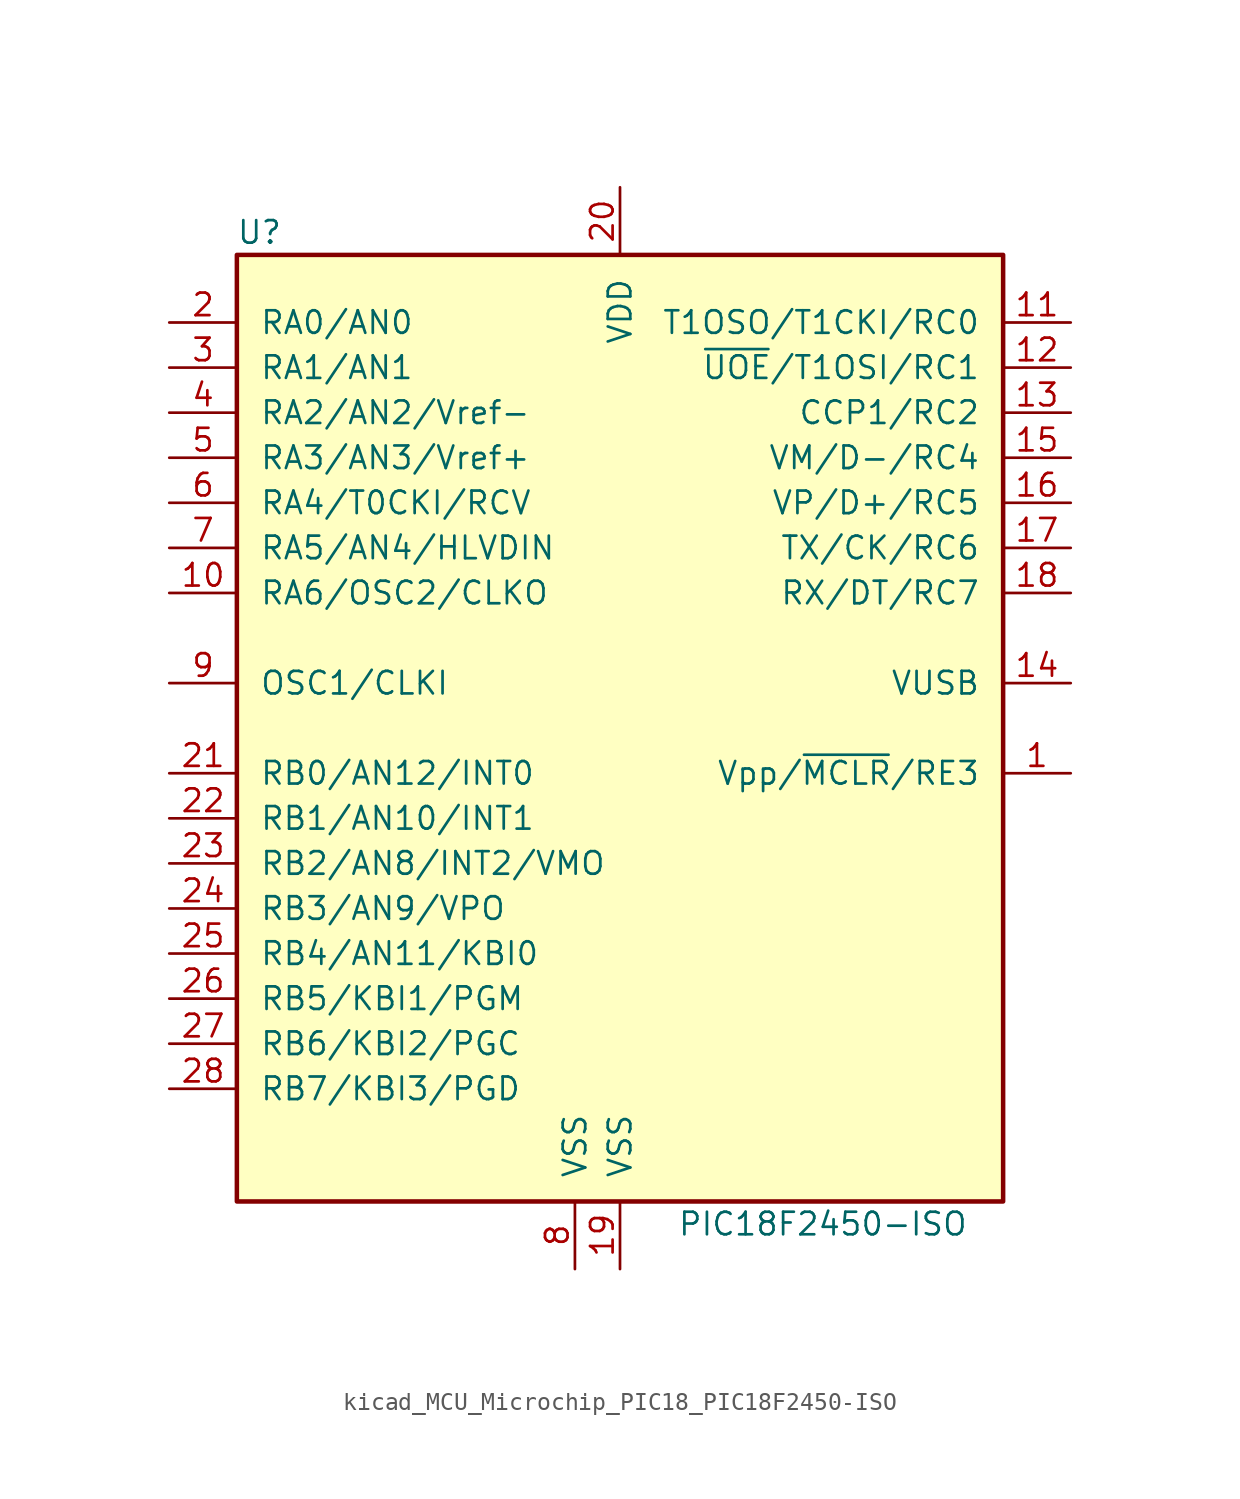
<source format=kicad_sym>
(kicad_symbol_lib
  (version 20220914)
  (generator kicad_symbol_editor)
  (symbol "kicad_MCU_Microchip_PIC18_PIC18F2450-ISO"
    (pin_names
      (offset 1.27))
    (property "Reference" "U"
      (at -20.32 27.94 0)
      (effects (font (size 1.27 1.27))))
    (property "Value" "PIC18F2450-ISO"
      (at 11.43 -27.94 0)
      (effects (font (size 1.27 1.27))))
    (symbol "kicad_MCU_Microchip_PIC18_PIC18F2450-ISO_0_1"
      (rectangle (start -21.59 26.67) (end 21.59 -26.67) (stroke (width 0.254) (type default)) (fill (type background))))
    (symbol "kicad_MCU_Microchip_PIC18_PIC18F2450-ISO_1_1"
      (pin input line (at 25.4 -2.54 180) (length 3.81) (name "Vpp/~{MCLR}/RE3" (effects (font (size 1.27 1.27)))) (number "1" (effects (font (size 1.27 1.27)))))
      (pin output line (at -25.4 7.62 0) (length 3.81) (name "RA6/OSC2/CLKO" (effects (font (size 1.27 1.27)))) (number "10" (effects (font (size 1.27 1.27)))))
      (pin bidirectional line (at 25.4 22.86 180) (length 3.81) (name "T1OSO/T1CKI/RC0" (effects (font (size 1.27 1.27)))) (number "11" (effects (font (size 1.27 1.27)))))
      (pin bidirectional line (at 25.4 20.32 180) (length 3.81) (name "~{UOE}/T1OSI/RC1" (effects (font (size 1.27 1.27)))) (number "12" (effects (font (size 1.27 1.27)))))
      (pin bidirectional line (at 25.4 17.78 180) (length 3.81) (name "CCP1/RC2" (effects (font (size 1.27 1.27)))) (number "13" (effects (font (size 1.27 1.27)))))
      (pin bidirectional line (at 25.4 2.54 180) (length 3.81) (name "VUSB" (effects (font (size 1.27 1.27)))) (number "14" (effects (font (size 1.27 1.27)))))
      (pin bidirectional line (at 25.4 15.24 180) (length 3.81) (name "VM/D-/RC4" (effects (font (size 1.27 1.27)))) (number "15" (effects (font (size 1.27 1.27)))))
      (pin bidirectional line (at 25.4 12.7 180) (length 3.81) (name "VP/D+/RC5" (effects (font (size 1.27 1.27)))) (number "16" (effects (font (size 1.27 1.27)))))
      (pin bidirectional line (at 25.4 10.16 180) (length 3.81) (name "TX/CK/RC6" (effects (font (size 1.27 1.27)))) (number "17" (effects (font (size 1.27 1.27)))))
      (pin bidirectional line (at 25.4 7.62 180) (length 3.81) (name "RX/DT/RC7" (effects (font (size 1.27 1.27)))) (number "18" (effects (font (size 1.27 1.27)))))
      (pin power_in line (at 0 -30.48 90) (length 3.81) (name "VSS" (effects (font (size 1.27 1.27)))) (number "19" (effects (font (size 1.27 1.27)))))
      (pin bidirectional line (at -25.4 22.86 0) (length 3.81) (name "RA0/AN0" (effects (font (size 1.27 1.27)))) (number "2" (effects (font (size 1.27 1.27)))))
      (pin power_in line (at 0 30.48 270) (length 3.81) (name "VDD" (effects (font (size 1.27 1.27)))) (number "20" (effects (font (size 1.27 1.27)))))
      (pin bidirectional line (at -25.4 -2.54 0) (length 3.81) (name "RB0/AN12/INT0" (effects (font (size 1.27 1.27)))) (number "21" (effects (font (size 1.27 1.27)))))
      (pin bidirectional line (at -25.4 -5.08 0) (length 3.81) (name "RB1/AN10/INT1" (effects (font (size 1.27 1.27)))) (number "22" (effects (font (size 1.27 1.27)))))
      (pin bidirectional line (at -25.4 -7.62 0) (length 3.81) (name "RB2/AN8/INT2/VMO" (effects (font (size 1.27 1.27)))) (number "23" (effects (font (size 1.27 1.27)))))
      (pin bidirectional line (at -25.4 -10.16 0) (length 3.81) (name "RB3/AN9/VPO" (effects (font (size 1.27 1.27)))) (number "24" (effects (font (size 1.27 1.27)))))
      (pin bidirectional line (at -25.4 -12.7 0) (length 3.81) (name "RB4/AN11/KBI0" (effects (font (size 1.27 1.27)))) (number "25" (effects (font (size 1.27 1.27)))))
      (pin bidirectional line (at -25.4 -15.24 0) (length 3.81) (name "RB5/KBI1/PGM" (effects (font (size 1.27 1.27)))) (number "26" (effects (font (size 1.27 1.27)))))
      (pin bidirectional line (at -25.4 -17.78 0) (length 3.81) (name "RB6/KBI2/PGC" (effects (font (size 1.27 1.27)))) (number "27" (effects (font (size 1.27 1.27)))))
      (pin bidirectional line (at -25.4 -20.32 0) (length 3.81) (name "RB7/KBI3/PGD" (effects (font (size 1.27 1.27)))) (number "28" (effects (font (size 1.27 1.27)))))
      (pin bidirectional line (at -25.4 20.32 0) (length 3.81) (name "RA1/AN1" (effects (font (size 1.27 1.27)))) (number "3" (effects (font (size 1.27 1.27)))))
      (pin bidirectional line (at -25.4 17.78 0) (length 3.81) (name "RA2/AN2/Vref-" (effects (font (size 1.27 1.27)))) (number "4" (effects (font (size 1.27 1.27)))))
      (pin bidirectional line (at -25.4 15.24 0) (length 3.81) (name "RA3/AN3/Vref+" (effects (font (size 1.27 1.27)))) (number "5" (effects (font (size 1.27 1.27)))))
      (pin bidirectional line (at -25.4 12.7 0) (length 3.81) (name "RA4/T0CKI/RCV" (effects (font (size 1.27 1.27)))) (number "6" (effects (font (size 1.27 1.27)))))
      (pin bidirectional line (at -25.4 10.16 0) (length 3.81) (name "RA5/AN4/HLVDIN" (effects (font (size 1.27 1.27)))) (number "7" (effects (font (size 1.27 1.27)))))
      (pin power_in line (at -2.54 -30.48 90) (length 3.81) (name "VSS" (effects (font (size 1.27 1.27)))) (number "8" (effects (font (size 1.27 1.27)))))
      (pin input line (at -25.4 2.54 0) (length 3.81) (name "OSC1/CLKI" (effects (font (size 1.27 1.27)))) (number "9" (effects (font (size 1.27 1.27))))))))
</source>
